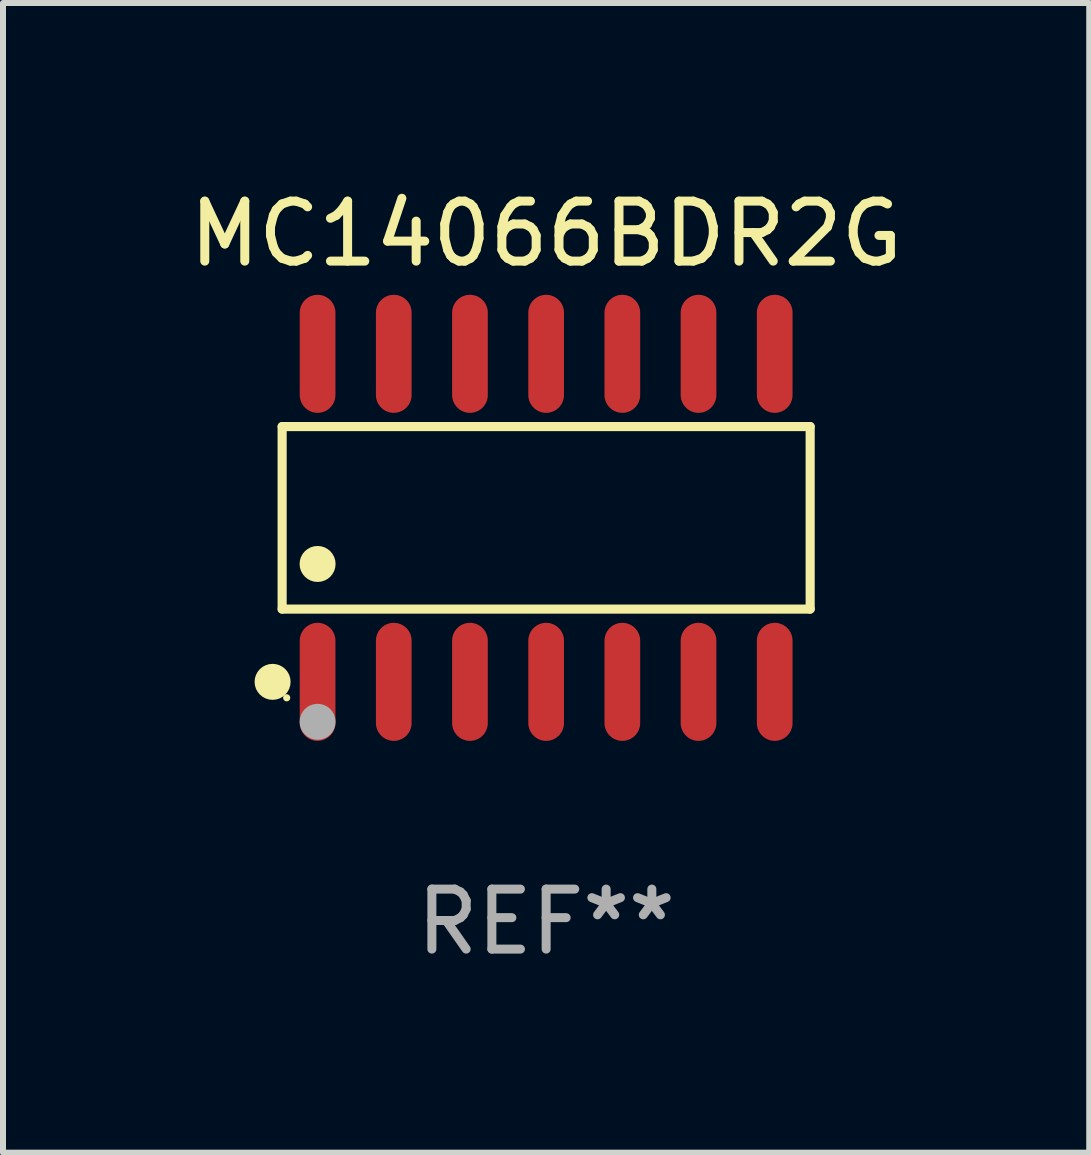
<source format=kicad_pcb>
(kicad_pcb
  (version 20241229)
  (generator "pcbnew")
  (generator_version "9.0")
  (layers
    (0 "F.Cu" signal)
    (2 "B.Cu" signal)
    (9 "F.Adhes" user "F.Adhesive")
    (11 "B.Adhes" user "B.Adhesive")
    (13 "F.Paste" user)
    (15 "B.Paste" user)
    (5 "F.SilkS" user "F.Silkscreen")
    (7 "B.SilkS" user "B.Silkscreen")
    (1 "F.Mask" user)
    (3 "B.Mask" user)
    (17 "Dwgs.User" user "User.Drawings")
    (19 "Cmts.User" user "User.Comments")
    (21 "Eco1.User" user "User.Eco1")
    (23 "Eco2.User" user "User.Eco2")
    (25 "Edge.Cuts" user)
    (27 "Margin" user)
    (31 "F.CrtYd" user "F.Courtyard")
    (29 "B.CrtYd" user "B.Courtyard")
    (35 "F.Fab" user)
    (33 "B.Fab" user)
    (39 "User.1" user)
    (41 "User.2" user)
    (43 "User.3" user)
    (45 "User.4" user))
  (footprint "MC14066BDR2G"
    (layer "F.Cu")
    (at 6.054 5.582)
    (property "Reference" "MC14066BDR2G" (at 0 -4.734 0) (layer "F.SilkS") (effects (font (size 1 1) (thickness 0.15))))
    (attr through_hole)
    (fp_line (start -4.401 -1.521) (end 4.401 -1.521) (stroke (width 0.152) (type solid)) (layer "F.SilkS"))
    (fp_line (start -4.401 1.521) (end -4.401 -1.521) (stroke (width 0.152) (type solid)) (layer "F.SilkS"))
    (fp_line (start 4.401 -1.521) (end 4.401 1.521) (stroke (width 0.152) (type solid)) (layer "F.SilkS"))
    (fp_line (start 4.401 1.521) (end -4.401 1.521) (stroke (width 0.152) (type solid)) (layer "F.SilkS"))
    (fp_circle (center -4.56 2.734) (end -4.41 2.734) (stroke (width 0.3) (type solid)) (fill no) (layer "F.SilkS"))
    (fp_circle (center -4.325 3) (end -4.295 3) (stroke (width 0.06) (type solid)) (fill no) (layer "F.SilkS"))
    (fp_circle (center -3.81 0.769) (end -3.66 0.769) (stroke (width 0.3) (type solid)) (fill no) (layer "F.SilkS"))
    (fp_circle (center -3.81 3.4) (end -3.66 3.4) (stroke (width 0.3) (type solid)) (fill no) (layer "F.Fab"))
    (fp_text user "REF**" (at 0 6.734 0) (layer "F.Fab") (effects (font (size 1 1) (thickness 0.15))))
    (pad "1" smd oval (at -3.81 2.734) (size 0.595 1.968) (layers "F.Cu" "F.Mask" "F.Paste"))
    (pad "2" smd oval (at -2.54 2.734) (size 0.595 1.968) (layers "F.Cu" "F.Mask" "F.Paste"))
    (pad "3" smd oval (at -1.27 2.734) (size 0.595 1.968) (layers "F.Cu" "F.Mask" "F.Paste"))
    (pad "4" smd oval (at 0 2.734) (size 0.595 1.968) (layers "F.Cu" "F.Mask" "F.Paste"))
    (pad "5" smd oval (at 1.27 2.734) (size 0.595 1.968) (layers "F.Cu" "F.Mask" "F.Paste"))
    (pad "6" smd oval (at 2.54 2.734) (size 0.595 1.968) (layers "F.Cu" "F.Mask" "F.Paste"))
    (pad "7" smd oval (at 3.81 2.734) (size 0.595 1.968) (layers "F.Cu" "F.Mask" "F.Paste"))
    (pad "8" smd oval (at 3.81 -2.734) (size 0.595 1.968) (layers "F.Cu" "F.Mask" "F.Paste"))
    (pad "9" smd oval (at 2.54 -2.734) (size 0.595 1.968) (layers "F.Cu" "F.Mask" "F.Paste"))
    (pad "10" smd oval (at 1.27 -2.734) (size 0.595 1.968) (layers "F.Cu" "F.Mask" "F.Paste"))
    (pad "11" smd oval (at 0 -2.734) (size 0.595 1.968) (layers "F.Cu" "F.Mask" "F.Paste"))
    (pad "12" smd oval (at -1.27 -2.734) (size 0.595 1.968) (layers "F.Cu" "F.Mask" "F.Paste"))
    (pad "13" smd oval (at -2.54 -2.734) (size 0.595 1.968) (layers "F.Cu" "F.Mask" "F.Paste"))
    (pad "14" smd oval (at -3.81 -2.734) (size 0.595 1.968) (layers "F.Cu" "F.Mask" "F.Paste")))
  (gr_rect
    (start -3 -3)
    (end 15.107 16.164)
    (stroke (width 0.1) (type default))
    (fill no)
    (layer "Edge.Cuts")))
</source>
